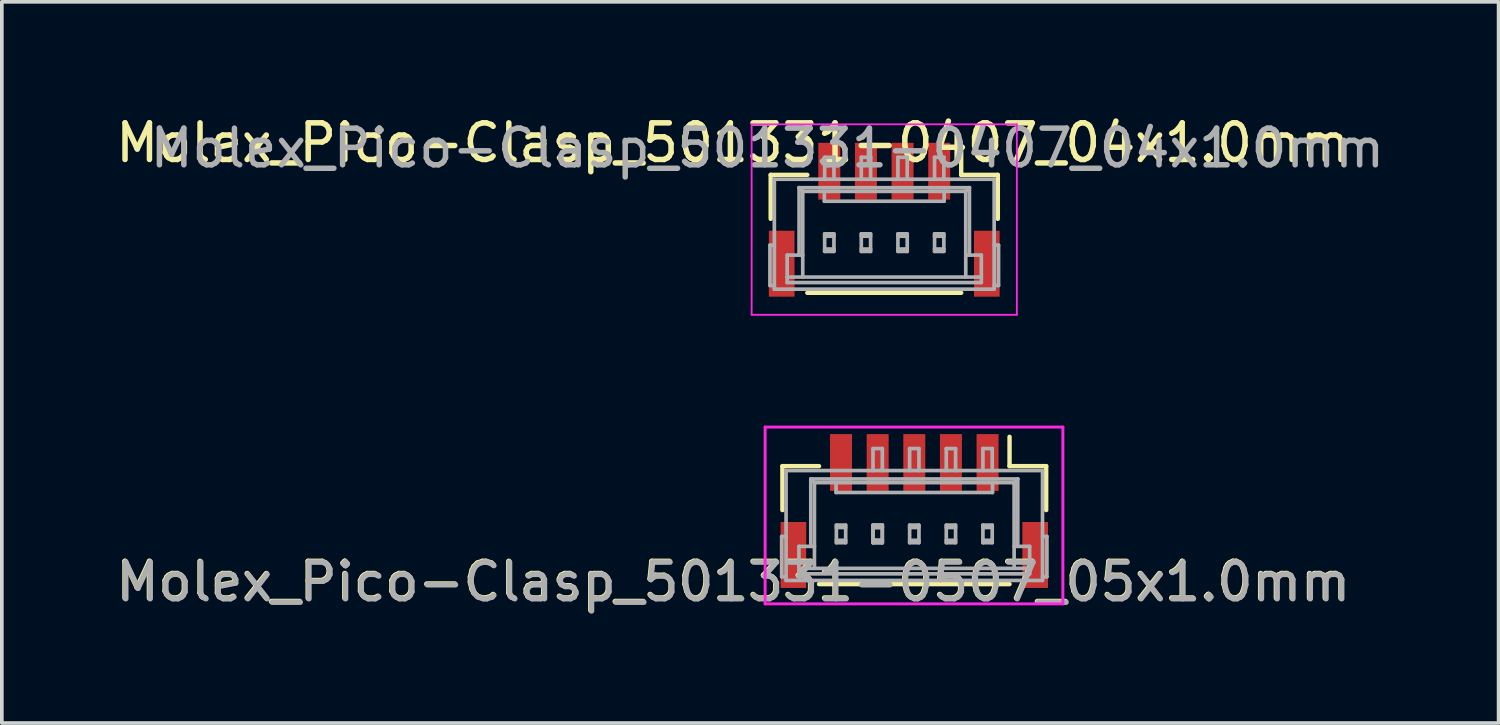
<source format=kicad_pcb>
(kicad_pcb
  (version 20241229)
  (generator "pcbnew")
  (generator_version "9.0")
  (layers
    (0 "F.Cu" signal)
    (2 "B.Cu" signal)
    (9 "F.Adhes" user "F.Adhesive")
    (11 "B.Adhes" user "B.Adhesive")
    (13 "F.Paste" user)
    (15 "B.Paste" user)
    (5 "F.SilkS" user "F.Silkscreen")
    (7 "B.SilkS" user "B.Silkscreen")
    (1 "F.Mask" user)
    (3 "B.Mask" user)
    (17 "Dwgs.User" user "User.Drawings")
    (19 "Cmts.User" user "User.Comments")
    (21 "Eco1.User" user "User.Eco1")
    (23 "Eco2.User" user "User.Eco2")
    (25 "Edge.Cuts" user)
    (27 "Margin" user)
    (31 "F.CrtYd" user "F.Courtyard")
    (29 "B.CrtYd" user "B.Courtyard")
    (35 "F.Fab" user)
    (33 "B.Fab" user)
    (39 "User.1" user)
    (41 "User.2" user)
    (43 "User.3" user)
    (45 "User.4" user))
  (footprint "Molex_Pico-Clasp_501331-0407_04x1.0mm"
    (layer "F.Cu")
    (at 21.087 2.943)
    (property "Reference" "Molex_Pico-Clasp_501331-0407_04x1.0mm" (at -4.129 -2.095 180) (layer "F.SilkS") (effects (font (size 1 1) (thickness 0.15))))
    (attr smd)
    (fp_line (start -3.1 -1.22) (end -2.1 -1.22) (stroke (width 0.12) (type solid)) (layer "F.SilkS"))
    (fp_line (start -3.1 -0.02) (end -3.1 -1.22) (stroke (width 0.12) (type solid)) (layer "F.SilkS"))
    (fp_line (start -2.1 2) (end 2.1 2) (stroke (width 0.12) (type solid)) (layer "F.SilkS"))
    (fp_line (start 2.1 -1.22) (end 2.1 -2.02) (stroke (width 0.12) (type solid)) (layer "F.SilkS"))
    (fp_line (start 3.1 -1.22) (end 2.1 -1.22) (stroke (width 0.12) (type solid)) (layer "F.SilkS"))
    (fp_line (start 3.1 -0.02) (end 3.1 -1.22) (stroke (width 0.12) (type solid)) (layer "F.SilkS"))
    (fp_line (start -3.62 -2.6) (end 3.62 -2.6) (stroke (width 0.05) (type solid)) (layer "F.CrtYd"))
    (fp_line (start -3.62 2.6) (end -3.62 -2.6) (stroke (width 0.05) (type solid)) (layer "F.CrtYd"))
    (fp_line (start 3.62 -2.6) (end 3.62 2.6) (stroke (width 0.05) (type solid)) (layer "F.CrtYd"))
    (fp_line (start 3.62 2.6) (end -3.62 2.6) (stroke (width 0.05) (type solid)) (layer "F.CrtYd"))
    (fp_line (start -3.12 0.7) (end -3 0.7) (stroke (width 0.1) (type solid)) (layer "F.Fab"))
    (fp_line (start -3.12 1.8) (end -3.12 0.7) (stroke (width 0.1) (type solid)) (layer "F.Fab"))
    (fp_line (start -3.12 1.8) (end -3 1.8) (stroke (width 0.1) (type solid)) (layer "F.Fab"))
    (fp_line (start -3 -1.1) (end 3 -1.1) (stroke (width 0.1) (type solid)) (layer "F.Fab"))
    (fp_line (start -3 1.9) (end -3 -1.1) (stroke (width 0.1) (type solid)) (layer "F.Fab"))
    (fp_line (start -2.65 0.97) (end -2.65 1.72) (stroke (width 0.1) (type solid)) (layer "F.Fab"))
    (fp_line (start -2.65 0.97) (end -2.225 0.97) (stroke (width 0.1) (type solid)) (layer "F.Fab"))
    (fp_line (start -2.65 1.72) (end 2.65 1.72) (stroke (width 0.1) (type solid)) (layer "F.Fab"))
    (fp_line (start -2.325 -0.87) (end -2.225 -0.77) (stroke (width 0.1) (type solid)) (layer "F.Fab"))
    (fp_line (start -2.325 0.97) (end -2.325 -0.87) (stroke (width 0.1) (type solid)) (layer "F.Fab"))
    (fp_line (start -2.225 -0.77) (end 2.225 -0.77) (stroke (width 0.1) (type solid)) (layer "F.Fab"))
    (fp_line (start -2.225 1.57) (end -2.225 -0.77) (stroke (width 0.1) (type solid)) (layer "F.Fab"))
    (fp_line (start -1.635 -0.5) (end -1.635 -0.77) (stroke (width 0.1) (type solid)) (layer "F.Fab"))
    (fp_line (start -1.627 -1.7) (end -1.373 -1.7) (stroke (width 0.1) (type solid)) (layer "F.Fab"))
    (fp_line (start -1.627 -1.1) (end -1.627 -1.7) (stroke (width 0.1) (type solid)) (layer "F.Fab"))
    (fp_line (start -1.627 0.39) (end -1.627 0.87) (stroke (width 0.1) (type solid)) (layer "F.Fab"))
    (fp_line (start -1.627 0.39) (end -1.373 0.39) (stroke (width 0.1) (type solid)) (layer "F.Fab"))
    (fp_line (start -1.627 0.455) (end -1.373 0.455) (stroke (width 0.1) (type solid)) (layer "F.Fab"))
    (fp_line (start -1.627 0.805) (end -1.373 0.805) (stroke (width 0.1) (type solid)) (layer "F.Fab"))
    (fp_line (start -1.627 0.87) (end -1.373 0.87) (stroke (width 0.1) (type solid)) (layer "F.Fab"))
    (fp_line (start -1.373 -1.1) (end -1.373 -1.7) (stroke (width 0.1) (type solid)) (layer "F.Fab"))
    (fp_line (start -1.373 0.39) (end -1.373 0.87) (stroke (width 0.1) (type solid)) (layer "F.Fab"))
    (fp_line (start -0.627 -1.7) (end -0.373 -1.7) (stroke (width 0.1) (type solid)) (layer "F.Fab"))
    (fp_line (start -0.627 -1.1) (end -0.627 -1.7) (stroke (width 0.1) (type solid)) (layer "F.Fab"))
    (fp_line (start -0.627 0.39) (end -0.627 0.87) (stroke (width 0.1) (type solid)) (layer "F.Fab"))
    (fp_line (start -0.627 0.39) (end -0.373 0.39) (stroke (width 0.1) (type solid)) (layer "F.Fab"))
    (fp_line (start -0.627 0.455) (end -0.373 0.455) (stroke (width 0.1) (type solid)) (layer "F.Fab"))
    (fp_line (start -0.627 0.805) (end -0.373 0.805) (stroke (width 0.1) (type solid)) (layer "F.Fab"))
    (fp_line (start -0.627 0.87) (end -0.373 0.87) (stroke (width 0.1) (type solid)) (layer "F.Fab"))
    (fp_line (start -0.373 -1.1) (end -0.373 -1.7) (stroke (width 0.1) (type solid)) (layer "F.Fab"))
    (fp_line (start -0.373 0.39) (end -0.373 0.87) (stroke (width 0.1) (type solid)) (layer "F.Fab"))
    (fp_line (start 0.373 -1.7) (end 0.627 -1.7) (stroke (width 0.1) (type solid)) (layer "F.Fab"))
    (fp_line (start 0.373 -1.1) (end 0.373 -1.7) (stroke (width 0.1) (type solid)) (layer "F.Fab"))
    (fp_line (start 0.373 0.39) (end 0.373 0.87) (stroke (width 0.1) (type solid)) (layer "F.Fab"))
    (fp_line (start 0.373 0.39) (end 0.627 0.39) (stroke (width 0.1) (type solid)) (layer "F.Fab"))
    (fp_line (start 0.373 0.455) (end 0.627 0.455) (stroke (width 0.1) (type solid)) (layer "F.Fab"))
    (fp_line (start 0.373 0.805) (end 0.627 0.805) (stroke (width 0.1) (type solid)) (layer "F.Fab"))
    (fp_line (start 0.373 0.87) (end 0.627 0.87) (stroke (width 0.1) (type solid)) (layer "F.Fab"))
    (fp_line (start 0.627 -1.7) (end 0.627 -1.1) (stroke (width 0.1) (type solid)) (layer "F.Fab"))
    (fp_line (start 0.627 0.39) (end 0.627 0.87) (stroke (width 0.1) (type solid)) (layer "F.Fab"))
    (fp_line (start 1.373 -1.7) (end 1.373 -1.1) (stroke (width 0.1) (type solid)) (layer "F.Fab"))
    (fp_line (start 1.373 -1.7) (end 1.627 -1.7) (stroke (width 0.1) (type solid)) (layer "F.Fab"))
    (fp_line (start 1.373 0.39) (end 1.373 0.87) (stroke (width 0.1) (type solid)) (layer "F.Fab"))
    (fp_line (start 1.373 0.39) (end 1.627 0.39) (stroke (width 0.1) (type solid)) (layer "F.Fab"))
    (fp_line (start 1.373 0.455) (end 1.627 0.455) (stroke (width 0.1) (type solid)) (layer "F.Fab"))
    (fp_line (start 1.373 0.805) (end 1.627 0.805) (stroke (width 0.1) (type solid)) (layer "F.Fab"))
    (fp_line (start 1.373 0.87) (end 1.627 0.87) (stroke (width 0.1) (type solid)) (layer "F.Fab"))
    (fp_line (start 1.627 -1.7) (end 1.627 -1.1) (stroke (width 0.1) (type solid)) (layer "F.Fab"))
    (fp_line (start 1.627 0.39) (end 1.627 0.87) (stroke (width 0.1) (type solid)) (layer "F.Fab"))
    (fp_line (start 1.635 -0.5) (end -1.635 -0.5) (stroke (width 0.1) (type solid)) (layer "F.Fab"))
    (fp_line (start 1.635 -0.5) (end 1.635 -0.77) (stroke (width 0.1) (type solid)) (layer "F.Fab"))
    (fp_line (start 2.225 -0.77) (end 2.225 1.57) (stroke (width 0.1) (type solid)) (layer "F.Fab"))
    (fp_line (start 2.225 -0.77) (end 2.325 -0.87) (stroke (width 0.1) (type solid)) (layer "F.Fab"))
    (fp_line (start 2.325 -0.87) (end -2.325 -0.87) (stroke (width 0.1) (type solid)) (layer "F.Fab"))
    (fp_line (start 2.325 -0.87) (end 2.325 0.97) (stroke (width 0.1) (type solid)) (layer "F.Fab"))
    (fp_line (start 2.65 0.97) (end 2.225 0.97) (stroke (width 0.1) (type solid)) (layer "F.Fab"))
    (fp_line (start 2.65 1.57) (end -2.65 1.57) (stroke (width 0.1) (type solid)) (layer "F.Fab"))
    (fp_line (start 2.65 1.72) (end 2.65 0.97) (stroke (width 0.1) (type solid)) (layer "F.Fab"))
    (fp_line (start 3 -1.1) (end 3 1.9) (stroke (width 0.1) (type solid)) (layer "F.Fab"))
    (fp_line (start 3 1.9) (end -3 1.9) (stroke (width 0.1) (type solid)) (layer "F.Fab"))
    (fp_line (start 3.12 0.7) (end 3 0.7) (stroke (width 0.1) (type solid)) (layer "F.Fab"))
    (fp_line (start 3.12 0.7) (end 3.12 1.8) (stroke (width 0.1) (type solid)) (layer "F.Fab"))
    (fp_line (start 3.12 1.8) (end 3 1.8) (stroke (width 0.1) (type solid)) (layer "F.Fab"))
    (fp_text user "${REFERENCE}" (at -3.19 -1.95 180) (layer "F.Fab") (effects (font (size 1 1) (thickness 0.15))))
    (pad "1" smd rect (at 1.5 -1.32) (size 0.6 1.55) (layers "F.Cu" "F.Mask" "F.Paste"))
    (pad "2" smd rect (at 0.5 -1.32) (size 0.6 1.55) (layers "F.Cu" "F.Mask" "F.Paste"))
    (pad "3" smd rect (at -0.5 -1.32) (size 0.6 1.55) (layers "F.Cu" "F.Mask" "F.Paste"))
    (pad "4" smd rect (at -1.5 -1.32) (size 0.6 1.55) (layers "F.Cu" "F.Mask" "F.Paste"))
    (pad "5" smd rect (at -2.8 1.205) (size 0.7 1.8) (layers "F.Cu" "F.Mask" "F.Paste"))
    (pad "5" smd rect (at 2.8 1.205) (size 0.7 1.8) (layers "F.Cu" "F.Mask" "F.Paste")))
  (footprint "Molex_Pico-Clasp_501331-0507_05x1.0mm"
    (layer "F.Cu")
    (at 22.407 10.894)
    (property "Reference" "Molex_Pico-Clasp_501331-0507_05x1.0mm" (at -5.449 1.924 0) (layer "F.SilkS") (effects (font (size 1 1) (thickness 0.15))))
    (attr smd)
    (fp_line (start -4.1 -1.22) (end -3.1 -1.22) (stroke (width 0.12) (type solid)) (layer "F.SilkS"))
    (fp_line (start -4.1 -0.02) (end -4.1 -1.22) (stroke (width 0.12) (type solid)) (layer "F.SilkS"))
    (fp_line (start -3.1 2) (end 2.1 2) (stroke (width 0.12) (type solid)) (layer "F.SilkS"))
    (fp_line (start 2.1 -1.22) (end 2.1 -2.02) (stroke (width 0.12) (type solid)) (layer "F.SilkS"))
    (fp_line (start 3.1 -1.22) (end 2.1 -1.22) (stroke (width 0.12) (type solid)) (layer "F.SilkS"))
    (fp_line (start 3.1 -0.02) (end 3.1 -1.22) (stroke (width 0.12) (type solid)) (layer "F.SilkS"))
    (fp_line (start -4.572 -2.286) (end 3.556 -2.286) (stroke (width 0.08) (type solid)) (layer "F.CrtYd"))
    (fp_line (start -4.572 2.54) (end -4.572 -2.286) (stroke (width 0.08) (type solid)) (layer "F.CrtYd"))
    (fp_line (start 3.556 -2.286) (end 3.556 2.54) (stroke (width 0.08) (type solid)) (layer "F.CrtYd"))
    (fp_line (start 3.556 2.54) (end -4.572 2.54) (stroke (width 0.08) (type solid)) (layer "F.CrtYd"))
    (fp_line (start -4.12 0.7) (end -4 0.7) (stroke (width 0.1) (type solid)) (layer "F.Fab"))
    (fp_line (start -4.12 1.8) (end -4.12 0.7) (stroke (width 0.1) (type solid)) (layer "F.Fab"))
    (fp_line (start -4.12 1.8) (end -4 1.8) (stroke (width 0.1) (type solid)) (layer "F.Fab"))
    (fp_line (start -4 -1.1) (end 3 -1.1) (stroke (width 0.1) (type solid)) (layer "F.Fab"))
    (fp_line (start -4 1.9) (end -4 -1.1) (stroke (width 0.1) (type solid)) (layer "F.Fab"))
    (fp_line (start -3.65 0.97) (end -3.65 1.72) (stroke (width 0.1) (type solid)) (layer "F.Fab"))
    (fp_line (start -3.65 0.97) (end -3.225 0.97) (stroke (width 0.1) (type solid)) (layer "F.Fab"))
    (fp_line (start -3.65 1.72) (end 2.65 1.72) (stroke (width 0.1) (type solid)) (layer "F.Fab"))
    (fp_line (start -3.325 -0.87) (end -3.225 -0.77) (stroke (width 0.1) (type solid)) (layer "F.Fab"))
    (fp_line (start -3.325 0.97) (end -3.325 -0.87) (stroke (width 0.1) (type solid)) (layer "F.Fab"))
    (fp_line (start -3.225 -0.77) (end 2.225 -0.77) (stroke (width 0.1) (type solid)) (layer "F.Fab"))
    (fp_line (start -3.225 1.57) (end -3.225 -0.77) (stroke (width 0.1) (type solid)) (layer "F.Fab"))
    (fp_line (start -2.635 -0.5) (end -2.635 -0.77) (stroke (width 0.1) (type solid)) (layer "F.Fab"))
    (fp_line (start -2.627 0.39) (end -2.627 0.87) (stroke (width 0.1) (type solid)) (layer "F.Fab"))
    (fp_line (start -2.627 0.39) (end -2.373 0.39) (stroke (width 0.1) (type solid)) (layer "F.Fab"))
    (fp_line (start -2.627 0.455) (end -2.373 0.455) (stroke (width 0.1) (type solid)) (layer "F.Fab"))
    (fp_line (start -2.627 0.805) (end -2.373 0.805) (stroke (width 0.1) (type solid)) (layer "F.Fab"))
    (fp_line (start -2.627 0.87) (end -2.373 0.87) (stroke (width 0.1) (type solid)) (layer "F.Fab"))
    (fp_line (start -2.373 0.39) (end -2.373 0.87) (stroke (width 0.1) (type solid)) (layer "F.Fab"))
    (fp_line (start -1.627 -1.7) (end -1.373 -1.7) (stroke (width 0.1) (type solid)) (layer "F.Fab"))
    (fp_line (start -1.627 -1.1) (end -1.627 -1.7) (stroke (width 0.1) (type solid)) (layer "F.Fab"))
    (fp_line (start -1.627 0.39) (end -1.627 0.87) (stroke (width 0.1) (type solid)) (layer "F.Fab"))
    (fp_line (start -1.627 0.39) (end -1.627 0.87) (stroke (width 0.1) (type solid)) (layer "F.Fab"))
    (fp_line (start -1.627 0.39) (end -1.373 0.39) (stroke (width 0.1) (type solid)) (layer "F.Fab"))
    (fp_line (start -1.627 0.39) (end -1.373 0.39) (stroke (width 0.1) (type solid)) (layer "F.Fab"))
    (fp_line (start -1.627 0.455) (end -1.373 0.455) (stroke (width 0.1) (type solid)) (layer "F.Fab"))
    (fp_line (start -1.627 0.455) (end -1.373 0.455) (stroke (width 0.1) (type solid)) (layer "F.Fab"))
    (fp_line (start -1.627 0.805) (end -1.373 0.805) (stroke (width 0.1) (type solid)) (layer "F.Fab"))
    (fp_line (start -1.627 0.805) (end -1.373 0.805) (stroke (width 0.1) (type solid)) (layer "F.Fab"))
    (fp_line (start -1.627 0.87) (end -1.373 0.87) (stroke (width 0.1) (type solid)) (layer "F.Fab"))
    (fp_line (start -1.627 0.87) (end -1.373 0.87) (stroke (width 0.1) (type solid)) (layer "F.Fab"))
    (fp_line (start -1.373 -1.1) (end -1.373 -1.7) (stroke (width 0.1) (type solid)) (layer "F.Fab"))
    (fp_line (start -1.373 0.39) (end -1.373 0.87) (stroke (width 0.1) (type solid)) (layer "F.Fab"))
    (fp_line (start -1.373 0.39) (end -1.373 0.87) (stroke (width 0.1) (type solid)) (layer "F.Fab"))
    (fp_line (start -0.627 -1.7) (end -0.373 -1.7) (stroke (width 0.1) (type solid)) (layer "F.Fab"))
    (fp_line (start -0.627 -1.1) (end -0.627 -1.7) (stroke (width 0.1) (type solid)) (layer "F.Fab"))
    (fp_line (start -0.627 0.39) (end -0.627 0.87) (stroke (width 0.1) (type solid)) (layer "F.Fab"))
    (fp_line (start -0.627 0.39) (end -0.373 0.39) (stroke (width 0.1) (type solid)) (layer "F.Fab"))
    (fp_line (start -0.627 0.455) (end -0.373 0.455) (stroke (width 0.1) (type solid)) (layer "F.Fab"))
    (fp_line (start -0.627 0.805) (end -0.373 0.805) (stroke (width 0.1) (type solid)) (layer "F.Fab"))
    (fp_line (start -0.627 0.87) (end -0.373 0.87) (stroke (width 0.1) (type solid)) (layer "F.Fab"))
    (fp_line (start -0.373 -1.1) (end -0.373 -1.7) (stroke (width 0.1) (type solid)) (layer "F.Fab"))
    (fp_line (start -0.373 0.39) (end -0.373 0.87) (stroke (width 0.1) (type solid)) (layer "F.Fab"))
    (fp_line (start 0.373 -1.7) (end 0.627 -1.7) (stroke (width 0.1) (type solid)) (layer "F.Fab"))
    (fp_line (start 0.373 -1.1) (end 0.373 -1.7) (stroke (width 0.1) (type solid)) (layer "F.Fab"))
    (fp_line (start 0.373 0.39) (end 0.373 0.87) (stroke (width 0.1) (type solid)) (layer "F.Fab"))
    (fp_line (start 0.373 0.39) (end 0.627 0.39) (stroke (width 0.1) (type solid)) (layer "F.Fab"))
    (fp_line (start 0.373 0.455) (end 0.627 0.455) (stroke (width 0.1) (type solid)) (layer "F.Fab"))
    (fp_line (start 0.373 0.805) (end 0.627 0.805) (stroke (width 0.1) (type solid)) (layer "F.Fab"))
    (fp_line (start 0.373 0.87) (end 0.627 0.87) (stroke (width 0.1) (type solid)) (layer "F.Fab"))
    (fp_line (start 0.627 -1.7) (end 0.627 -1.1) (stroke (width 0.1) (type solid)) (layer "F.Fab"))
    (fp_line (start 0.627 0.39) (end 0.627 0.87) (stroke (width 0.1) (type solid)) (layer "F.Fab"))
    (fp_line (start 1.373 -1.7) (end 1.373 -1.1) (stroke (width 0.1) (type solid)) (layer "F.Fab"))
    (fp_line (start 1.373 -1.7) (end 1.627 -1.7) (stroke (width 0.1) (type solid)) (layer "F.Fab"))
    (fp_line (start 1.373 0.39) (end 1.373 0.87) (stroke (width 0.1) (type solid)) (layer "F.Fab"))
    (fp_line (start 1.373 0.39) (end 1.627 0.39) (stroke (width 0.1) (type solid)) (layer "F.Fab"))
    (fp_line (start 1.373 0.455) (end 1.627 0.455) (stroke (width 0.1) (type solid)) (layer "F.Fab"))
    (fp_line (start 1.373 0.805) (end 1.627 0.805) (stroke (width 0.1) (type solid)) (layer "F.Fab"))
    (fp_line (start 1.373 0.87) (end 1.627 0.87) (stroke (width 0.1) (type solid)) (layer "F.Fab"))
    (fp_line (start 1.627 -1.7) (end 1.627 -1.1) (stroke (width 0.1) (type solid)) (layer "F.Fab"))
    (fp_line (start 1.627 0.39) (end 1.627 0.87) (stroke (width 0.1) (type solid)) (layer "F.Fab"))
    (fp_line (start 1.635 -0.5) (end -2.635 -0.5) (stroke (width 0.1) (type solid)) (layer "F.Fab"))
    (fp_line (start 1.635 -0.5) (end 1.635 -0.77) (stroke (width 0.1) (type solid)) (layer "F.Fab"))
    (fp_line (start 2.225 -0.77) (end 2.225 1.57) (stroke (width 0.1) (type solid)) (layer "F.Fab"))
    (fp_line (start 2.225 -0.77) (end 2.325 -0.87) (stroke (width 0.1) (type solid)) (layer "F.Fab"))
    (fp_line (start 2.325 -0.87) (end -3.325 -0.87) (stroke (width 0.1) (type solid)) (layer "F.Fab"))
    (fp_line (start 2.325 -0.87) (end 2.325 0.97) (stroke (width 0.1) (type solid)) (layer "F.Fab"))
    (fp_line (start 2.65 0.97) (end 2.225 0.97) (stroke (width 0.1) (type solid)) (layer "F.Fab"))
    (fp_line (start 2.65 1.57) (end -3.65 1.57) (stroke (width 0.1) (type solid)) (layer "F.Fab"))
    (fp_line (start 2.65 1.72) (end 2.65 0.97) (stroke (width 0.1) (type solid)) (layer "F.Fab"))
    (fp_line (start 3 -1.1) (end 3 1.9) (stroke (width 0.1) (type solid)) (layer "F.Fab"))
    (fp_line (start 3 1.9) (end -4 1.9) (stroke (width 0.1) (type solid)) (layer "F.Fab"))
    (fp_line (start 3.12 0.7) (end 3 0.7) (stroke (width 0.1) (type solid)) (layer "F.Fab"))
    (fp_line (start 3.12 0.7) (end 3.12 1.8) (stroke (width 0.1) (type solid)) (layer "F.Fab"))
    (fp_line (start 3.12 1.8) (end 3 1.8) (stroke (width 0.1) (type solid)) (layer "F.Fab"))
    (fp_text user "${REFERENCE}" (at -5.429 1.944 0) (layer "F.Fab") (effects (font (size 1 1) (thickness 0.15))))
    (pad "1" smd rect (at 1.5 -1.32) (size 0.6 1.55) (layers "F.Cu" "F.Mask" "F.Paste"))
    (pad "2" smd rect (at 0.5 -1.32) (size 0.6 1.55) (layers "F.Cu" "F.Mask" "F.Paste"))
    (pad "3" smd rect (at -0.5 -1.32) (size 0.6 1.55) (layers "F.Cu" "F.Mask" "F.Paste"))
    (pad "4" smd rect (at -1.5 -1.32) (size 0.6 1.55) (layers "F.Cu" "F.Mask" "F.Paste"))
    (pad "5" smd rect (at -2.5 -1.32) (size 0.6 1.55) (layers "F.Cu" "F.Mask" "F.Paste"))
    (pad "6" smd rect (at -3.8 1.205) (size 0.7 1.8) (layers "F.Cu" "F.Mask" "F.Paste"))
    (pad "6" smd rect (at 2.8 1.205) (size 0.7 1.8) (layers "F.Cu" "F.Mask" "F.Paste")))
  (gr_rect
    (start -3 -3)
    (end 37.856 16.687)
    (stroke (width 0.1) (type default))
    (fill no)
    (layer "Edge.Cuts")))
</source>
